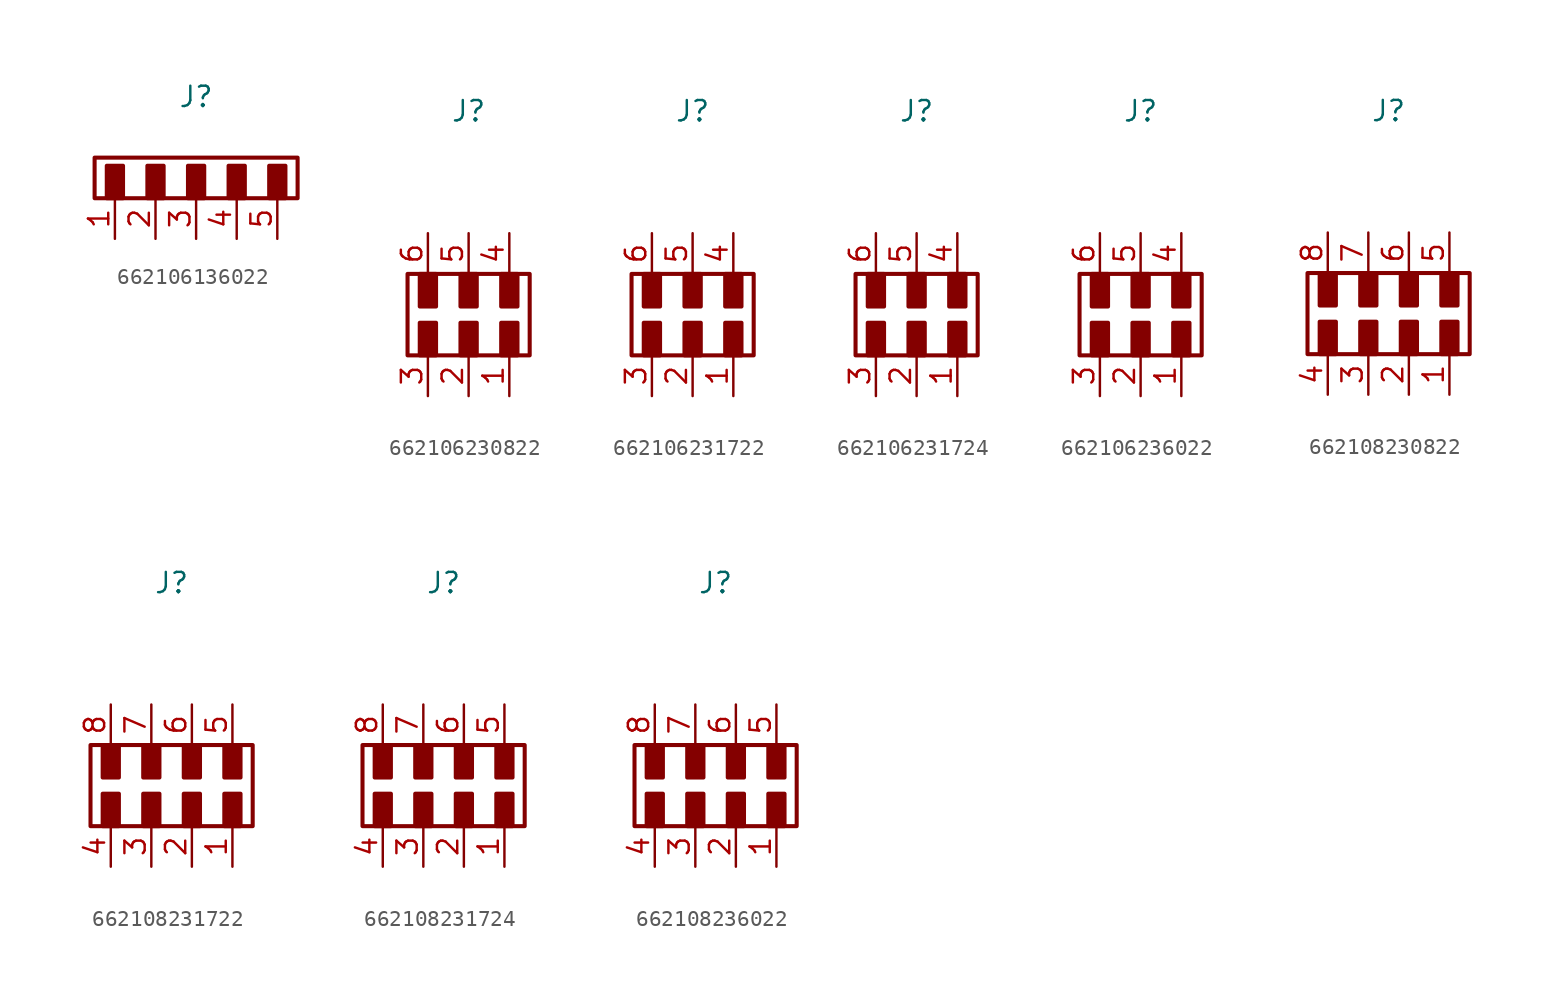
<source format=kicad_sym>
(kicad_symbol_lib
  (version 20241209)
  (generator "kicad_symbol_editor")
  (generator_version "9.0")
  (symbol "662106136022"
    (pin_names
      (hide yes))
    (property "Reference" "J"
      (at 0 5.08 0)
      (effects (font (size 1.27 1.27))))
    (symbol "662106136022_1_1"
      (rectangle (start -6.35 1.27) (end 6.35 -1.27) (stroke (width 0.254) (type solid)) (fill (type none)))
      (rectangle (start -5.588 0.762) (end -4.572 -1.27) (stroke (width 0.254) (type solid)) (fill (type outline)))
      (rectangle (start -2.032 -1.27) (end -3.048 0.762) (stroke (width 0.254) (type solid)) (fill (type outline)))
      (rectangle (start 0.508 -1.27) (end -0.508 0.762) (stroke (width 0.254) (type solid)) (fill (type outline)))
      (rectangle (start 3.048 -1.27) (end 2.032 0.762) (stroke (width 0.254) (type solid)) (fill (type outline)))
      (rectangle (start 5.588 -1.27) (end 4.572 0.762) (stroke (width 0.254) (type solid)) (fill (type outline)))
      (pin passive line (at -5.08 -3.81 90) (length 2.54) (name "1" (effects (font (size 1.27 1.27)))) (number "1" (effects (font (size 1.27 1.27)))))
      (pin passive line (at -2.54 -3.81 90) (length 2.54) (name "2" (effects (font (size 1.27 1.27)))) (number "2" (effects (font (size 1.27 1.27)))))
      (pin passive line (at 0 -3.81 90) (length 2.54) (name "3" (effects (font (size 1.27 1.27)))) (number "3" (effects (font (size 1.27 1.27)))))
      (pin passive line (at 2.54 -3.81 90) (length 2.54) (name "4" (effects (font (size 1.27 1.27)))) (number "4" (effects (font (size 1.27 1.27)))))
      (pin passive line (at 5.08 -3.81 90) (length 2.54) (name "5" (effects (font (size 1.27 1.27)))) (number "5" (effects (font (size 1.27 1.27)))))))
  (symbol "662106230822"
    (pin_names
      (hide yes))
    (property "Reference" "J"
      (at 0 12.7 0)
      (effects (font (size 1.27 1.27))))
    (symbol "662106230822_1_1"
      (rectangle (start -3.81 2.54) (end 3.81 -2.54) (stroke (width 0.254) (type solid)) (fill (type none)))
      (rectangle (start -3.048 2.54) (end -2.032 0.508) (stroke (width 0.254) (type solid)) (fill (type outline)))
      (rectangle (start -3.048 -0.508) (end -2.032 -2.54) (stroke (width 0.254) (type solid)) (fill (type outline)))
      (rectangle (start -0.508 2.54) (end 0.508 0.508) (stroke (width 0.254) (type solid)) (fill (type outline)))
      (rectangle (start -0.508 -0.508) (end 0.508 -2.54) (stroke (width 0.254) (type solid)) (fill (type outline)))
      (rectangle (start 2.032 2.54) (end 3.048 0.508) (stroke (width 0.254) (type solid)) (fill (type outline)))
      (rectangle (start 2.032 -0.508) (end 3.048 -2.54) (stroke (width 0.254) (type solid)) (fill (type outline)))
      (pin passive line (at -2.54 5.08 270) (length 2.54) (name "6" (effects (font (size 1.27 1.27)))) (number "6" (effects (font (size 1.27 1.27)))))
      (pin passive line (at -2.54 -5.08 90) (length 2.54) (name "3" (effects (font (size 1.27 1.27)))) (number "3" (effects (font (size 1.27 1.27)))))
      (pin passive line (at 0 5.08 270) (length 2.54) (name "5" (effects (font (size 1.27 1.27)))) (number "5" (effects (font (size 1.27 1.27)))))
      (pin passive line (at 0 -5.08 90) (length 2.54) (name "2" (effects (font (size 1.27 1.27)))) (number "2" (effects (font (size 1.27 1.27)))))
      (pin passive line (at 2.54 5.08 270) (length 2.54) (name "4" (effects (font (size 1.27 1.27)))) (number "4" (effects (font (size 1.27 1.27)))))
      (pin passive line (at 2.54 -5.08 90) (length 2.54) (name "1" (effects (font (size 1.27 1.27)))) (number "1" (effects (font (size 1.27 1.27)))))))
  (symbol "662106231722"
    (pin_names
      (hide yes))
    (property "Reference" "J"
      (at 0 12.7 0)
      (effects (font (size 1.27 1.27))))
    (symbol "662106231722_1_1"
      (rectangle (start -3.81 2.54) (end 3.81 -2.54) (stroke (width 0.254) (type solid)) (fill (type none)))
      (rectangle (start -3.048 2.54) (end -2.032 0.508) (stroke (width 0.254) (type solid)) (fill (type outline)))
      (rectangle (start -3.048 -0.508) (end -2.032 -2.54) (stroke (width 0.254) (type solid)) (fill (type outline)))
      (rectangle (start -0.508 2.54) (end 0.508 0.508) (stroke (width 0.254) (type solid)) (fill (type outline)))
      (rectangle (start -0.508 -0.508) (end 0.508 -2.54) (stroke (width 0.254) (type solid)) (fill (type outline)))
      (rectangle (start 2.032 2.54) (end 3.048 0.508) (stroke (width 0.254) (type solid)) (fill (type outline)))
      (rectangle (start 2.032 -0.508) (end 3.048 -2.54) (stroke (width 0.254) (type solid)) (fill (type outline)))
      (pin passive line (at -2.54 5.08 270) (length 2.54) (name "6" (effects (font (size 1.27 1.27)))) (number "6" (effects (font (size 1.27 1.27)))))
      (pin passive line (at -2.54 -5.08 90) (length 2.54) (name "3" (effects (font (size 1.27 1.27)))) (number "3" (effects (font (size 1.27 1.27)))))
      (pin passive line (at 0 5.08 270) (length 2.54) (name "5" (effects (font (size 1.27 1.27)))) (number "5" (effects (font (size 1.27 1.27)))))
      (pin passive line (at 0 -5.08 90) (length 2.54) (name "2" (effects (font (size 1.27 1.27)))) (number "2" (effects (font (size 1.27 1.27)))))
      (pin passive line (at 2.54 5.08 270) (length 2.54) (name "4" (effects (font (size 1.27 1.27)))) (number "4" (effects (font (size 1.27 1.27)))))
      (pin passive line (at 2.54 -5.08 90) (length 2.54) (name "1" (effects (font (size 1.27 1.27)))) (number "1" (effects (font (size 1.27 1.27)))))))
  (symbol "662106231724"
    (pin_names
      (hide yes))
    (property "Reference" "J"
      (at 0 12.7 0)
      (effects (font (size 1.27 1.27))))
    (symbol "662106231724_1_1"
      (rectangle (start -3.81 2.54) (end 3.81 -2.54) (stroke (width 0.254) (type solid)) (fill (type none)))
      (rectangle (start -3.048 2.54) (end -2.032 0.508) (stroke (width 0.254) (type solid)) (fill (type outline)))
      (rectangle (start -3.048 -0.508) (end -2.032 -2.54) (stroke (width 0.254) (type solid)) (fill (type outline)))
      (rectangle (start -0.508 2.54) (end 0.508 0.508) (stroke (width 0.254) (type solid)) (fill (type outline)))
      (rectangle (start -0.508 -0.508) (end 0.508 -2.54) (stroke (width 0.254) (type solid)) (fill (type outline)))
      (rectangle (start 2.032 2.54) (end 3.048 0.508) (stroke (width 0.254) (type solid)) (fill (type outline)))
      (rectangle (start 2.032 -0.508) (end 3.048 -2.54) (stroke (width 0.254) (type solid)) (fill (type outline)))
      (pin passive line (at -2.54 5.08 270) (length 2.54) (name "6" (effects (font (size 1.27 1.27)))) (number "6" (effects (font (size 1.27 1.27)))))
      (pin passive line (at -2.54 -5.08 90) (length 2.54) (name "3" (effects (font (size 1.27 1.27)))) (number "3" (effects (font (size 1.27 1.27)))))
      (pin passive line (at 0 5.08 270) (length 2.54) (name "5" (effects (font (size 1.27 1.27)))) (number "5" (effects (font (size 1.27 1.27)))))
      (pin passive line (at 0 -5.08 90) (length 2.54) (name "2" (effects (font (size 1.27 1.27)))) (number "2" (effects (font (size 1.27 1.27)))))
      (pin passive line (at 2.54 5.08 270) (length 2.54) (name "4" (effects (font (size 1.27 1.27)))) (number "4" (effects (font (size 1.27 1.27)))))
      (pin passive line (at 2.54 -5.08 90) (length 2.54) (name "1" (effects (font (size 1.27 1.27)))) (number "1" (effects (font (size 1.27 1.27)))))))
  (symbol "662106236022"
    (pin_names
      (hide yes))
    (property "Reference" "J"
      (at 0 12.7 0)
      (effects (font (size 1.27 1.27))))
    (symbol "662106236022_1_1"
      (rectangle (start -3.81 2.54) (end 3.81 -2.54) (stroke (width 0.254) (type solid)) (fill (type none)))
      (rectangle (start -3.048 2.54) (end -2.032 0.508) (stroke (width 0.254) (type solid)) (fill (type outline)))
      (rectangle (start -3.048 -0.508) (end -2.032 -2.54) (stroke (width 0.254) (type solid)) (fill (type outline)))
      (rectangle (start -0.508 2.54) (end 0.508 0.508) (stroke (width 0.254) (type solid)) (fill (type outline)))
      (rectangle (start -0.508 -0.508) (end 0.508 -2.54) (stroke (width 0.254) (type solid)) (fill (type outline)))
      (rectangle (start 2.032 2.54) (end 3.048 0.508) (stroke (width 0.254) (type solid)) (fill (type outline)))
      (rectangle (start 2.032 -0.508) (end 3.048 -2.54) (stroke (width 0.254) (type solid)) (fill (type outline)))
      (pin passive line (at -2.54 5.08 270) (length 2.54) (name "6" (effects (font (size 1.27 1.27)))) (number "6" (effects (font (size 1.27 1.27)))))
      (pin passive line (at -2.54 -5.08 90) (length 2.54) (name "3" (effects (font (size 1.27 1.27)))) (number "3" (effects (font (size 1.27 1.27)))))
      (pin passive line (at 0 5.08 270) (length 2.54) (name "5" (effects (font (size 1.27 1.27)))) (number "5" (effects (font (size 1.27 1.27)))))
      (pin passive line (at 0 -5.08 90) (length 2.54) (name "2" (effects (font (size 1.27 1.27)))) (number "2" (effects (font (size 1.27 1.27)))))
      (pin passive line (at 2.54 5.08 270) (length 2.54) (name "4" (effects (font (size 1.27 1.27)))) (number "4" (effects (font (size 1.27 1.27)))))
      (pin passive line (at 2.54 -5.08 90) (length 2.54) (name "1" (effects (font (size 1.27 1.27)))) (number "1" (effects (font (size 1.27 1.27)))))))
  (symbol "662108230822"
    (pin_names
      (hide yes))
    (property "Reference" "J"
      (at 0 12.7 0)
      (effects (font (size 1.27 1.27))))
    (symbol "662108230822_1_1"
      (rectangle (start -5.08 2.54) (end 5.08 -2.54) (stroke (width 0.254) (type solid)) (fill (type none)))
      (rectangle (start -4.318 2.54) (end -3.302 0.508) (stroke (width 0.254) (type solid)) (fill (type outline)))
      (rectangle (start -4.318 -0.508) (end -3.302 -2.54) (stroke (width 0.254) (type solid)) (fill (type outline)))
      (rectangle (start -1.778 2.54) (end -0.762 0.508) (stroke (width 0.254) (type solid)) (fill (type outline)))
      (rectangle (start -1.778 -0.508) (end -0.762 -2.54) (stroke (width 0.254) (type solid)) (fill (type outline)))
      (rectangle (start 0.762 2.54) (end 1.778 0.508) (stroke (width 0.254) (type solid)) (fill (type outline)))
      (rectangle (start 0.762 -0.508) (end 1.778 -2.54) (stroke (width 0.254) (type solid)) (fill (type outline)))
      (rectangle (start 3.302 2.54) (end 4.318 0.508) (stroke (width 0.254) (type solid)) (fill (type outline)))
      (rectangle (start 3.302 -0.508) (end 4.318 -2.54) (stroke (width 0.254) (type solid)) (fill (type outline)))
      (pin passive line (at -3.81 5.08 270) (length 2.54) (name "8" (effects (font (size 1.27 1.27)))) (number "8" (effects (font (size 1.27 1.27)))))
      (pin passive line (at -3.81 -5.08 90) (length 2.54) (name "4" (effects (font (size 1.27 1.27)))) (number "4" (effects (font (size 1.27 1.27)))))
      (pin passive line (at -1.27 5.08 270) (length 2.54) (name "7" (effects (font (size 1.27 1.27)))) (number "7" (effects (font (size 1.27 1.27)))))
      (pin passive line (at -1.27 -5.08 90) (length 2.54) (name "3" (effects (font (size 1.27 1.27)))) (number "3" (effects (font (size 1.27 1.27)))))
      (pin passive line (at 1.27 5.08 270) (length 2.54) (name "6" (effects (font (size 1.27 1.27)))) (number "6" (effects (font (size 1.27 1.27)))))
      (pin passive line (at 1.27 -5.08 90) (length 2.54) (name "2" (effects (font (size 1.27 1.27)))) (number "2" (effects (font (size 1.27 1.27)))))
      (pin passive line (at 3.81 5.08 270) (length 2.54) (name "5" (effects (font (size 1.27 1.27)))) (number "5" (effects (font (size 1.27 1.27)))))
      (pin passive line (at 3.81 -5.08 90) (length 2.54) (name "1" (effects (font (size 1.27 1.27)))) (number "1" (effects (font (size 1.27 1.27)))))))
  (symbol "662108231722"
    (pin_names
      (hide yes))
    (property "Reference" "J"
      (at 0 12.7 0)
      (effects (font (size 1.27 1.27))))
    (symbol "662108231722_1_1"
      (rectangle (start -5.08 2.54) (end 5.08 -2.54) (stroke (width 0.254) (type solid)) (fill (type none)))
      (rectangle (start -4.318 2.54) (end -3.302 0.508) (stroke (width 0.254) (type solid)) (fill (type outline)))
      (rectangle (start -4.318 -0.508) (end -3.302 -2.54) (stroke (width 0.254) (type solid)) (fill (type outline)))
      (rectangle (start -1.778 2.54) (end -0.762 0.508) (stroke (width 0.254) (type solid)) (fill (type outline)))
      (rectangle (start -1.778 -0.508) (end -0.762 -2.54) (stroke (width 0.254) (type solid)) (fill (type outline)))
      (rectangle (start 0.762 2.54) (end 1.778 0.508) (stroke (width 0.254) (type solid)) (fill (type outline)))
      (rectangle (start 0.762 -0.508) (end 1.778 -2.54) (stroke (width 0.254) (type solid)) (fill (type outline)))
      (rectangle (start 3.302 2.54) (end 4.318 0.508) (stroke (width 0.254) (type solid)) (fill (type outline)))
      (rectangle (start 3.302 -0.508) (end 4.318 -2.54) (stroke (width 0.254) (type solid)) (fill (type outline)))
      (pin passive line (at -3.81 5.08 270) (length 2.54) (name "8" (effects (font (size 1.27 1.27)))) (number "8" (effects (font (size 1.27 1.27)))))
      (pin passive line (at -3.81 -5.08 90) (length 2.54) (name "4" (effects (font (size 1.27 1.27)))) (number "4" (effects (font (size 1.27 1.27)))))
      (pin passive line (at -1.27 5.08 270) (length 2.54) (name "7" (effects (font (size 1.27 1.27)))) (number "7" (effects (font (size 1.27 1.27)))))
      (pin passive line (at -1.27 -5.08 90) (length 2.54) (name "3" (effects (font (size 1.27 1.27)))) (number "3" (effects (font (size 1.27 1.27)))))
      (pin passive line (at 1.27 5.08 270) (length 2.54) (name "6" (effects (font (size 1.27 1.27)))) (number "6" (effects (font (size 1.27 1.27)))))
      (pin passive line (at 1.27 -5.08 90) (length 2.54) (name "2" (effects (font (size 1.27 1.27)))) (number "2" (effects (font (size 1.27 1.27)))))
      (pin passive line (at 3.81 5.08 270) (length 2.54) (name "5" (effects (font (size 1.27 1.27)))) (number "5" (effects (font (size 1.27 1.27)))))
      (pin passive line (at 3.81 -5.08 90) (length 2.54) (name "1" (effects (font (size 1.27 1.27)))) (number "1" (effects (font (size 1.27 1.27)))))))
  (symbol "662108231724"
    (pin_names
      (hide yes))
    (property "Reference" "J"
      (at 0 12.7 0)
      (effects (font (size 1.27 1.27))))
    (symbol "662108231724_1_1"
      (rectangle (start -5.08 2.54) (end 5.08 -2.54) (stroke (width 0.254) (type solid)) (fill (type none)))
      (rectangle (start -4.318 2.54) (end -3.302 0.508) (stroke (width 0.254) (type solid)) (fill (type outline)))
      (rectangle (start -4.318 -0.508) (end -3.302 -2.54) (stroke (width 0.254) (type solid)) (fill (type outline)))
      (rectangle (start -1.778 2.54) (end -0.762 0.508) (stroke (width 0.254) (type solid)) (fill (type outline)))
      (rectangle (start -1.778 -0.508) (end -0.762 -2.54) (stroke (width 0.254) (type solid)) (fill (type outline)))
      (rectangle (start 0.762 2.54) (end 1.778 0.508) (stroke (width 0.254) (type solid)) (fill (type outline)))
      (rectangle (start 0.762 -0.508) (end 1.778 -2.54) (stroke (width 0.254) (type solid)) (fill (type outline)))
      (rectangle (start 3.302 2.54) (end 4.318 0.508) (stroke (width 0.254) (type solid)) (fill (type outline)))
      (rectangle (start 3.302 -0.508) (end 4.318 -2.54) (stroke (width 0.254) (type solid)) (fill (type outline)))
      (pin passive line (at -3.81 5.08 270) (length 2.54) (name "8" (effects (font (size 1.27 1.27)))) (number "8" (effects (font (size 1.27 1.27)))))
      (pin passive line (at -3.81 -5.08 90) (length 2.54) (name "4" (effects (font (size 1.27 1.27)))) (number "4" (effects (font (size 1.27 1.27)))))
      (pin passive line (at -1.27 5.08 270) (length 2.54) (name "7" (effects (font (size 1.27 1.27)))) (number "7" (effects (font (size 1.27 1.27)))))
      (pin passive line (at -1.27 -5.08 90) (length 2.54) (name "3" (effects (font (size 1.27 1.27)))) (number "3" (effects (font (size 1.27 1.27)))))
      (pin passive line (at 1.27 5.08 270) (length 2.54) (name "6" (effects (font (size 1.27 1.27)))) (number "6" (effects (font (size 1.27 1.27)))))
      (pin passive line (at 1.27 -5.08 90) (length 2.54) (name "2" (effects (font (size 1.27 1.27)))) (number "2" (effects (font (size 1.27 1.27)))))
      (pin passive line (at 3.81 5.08 270) (length 2.54) (name "5" (effects (font (size 1.27 1.27)))) (number "5" (effects (font (size 1.27 1.27)))))
      (pin passive line (at 3.81 -5.08 90) (length 2.54) (name "1" (effects (font (size 1.27 1.27)))) (number "1" (effects (font (size 1.27 1.27)))))))
  (symbol "662108236022"
    (pin_names
      (hide yes))
    (property "Reference" "J"
      (at 0 12.7 0)
      (effects (font (size 1.27 1.27))))
    (symbol "662108236022_1_1"
      (rectangle (start -5.08 2.54) (end 5.08 -2.54) (stroke (width 0.254) (type solid)) (fill (type none)))
      (rectangle (start -4.318 2.54) (end -3.302 0.508) (stroke (width 0.254) (type solid)) (fill (type outline)))
      (rectangle (start -4.318 -0.508) (end -3.302 -2.54) (stroke (width 0.254) (type solid)) (fill (type outline)))
      (rectangle (start -1.778 2.54) (end -0.762 0.508) (stroke (width 0.254) (type solid)) (fill (type outline)))
      (rectangle (start -1.778 -0.508) (end -0.762 -2.54) (stroke (width 0.254) (type solid)) (fill (type outline)))
      (rectangle (start 0.762 2.54) (end 1.778 0.508) (stroke (width 0.254) (type solid)) (fill (type outline)))
      (rectangle (start 0.762 -0.508) (end 1.778 -2.54) (stroke (width 0.254) (type solid)) (fill (type outline)))
      (rectangle (start 3.302 2.54) (end 4.318 0.508) (stroke (width 0.254) (type solid)) (fill (type outline)))
      (rectangle (start 3.302 -0.508) (end 4.318 -2.54) (stroke (width 0.254) (type solid)) (fill (type outline)))
      (pin passive line (at -3.81 5.08 270) (length 2.54) (name "8" (effects (font (size 1.27 1.27)))) (number "8" (effects (font (size 1.27 1.27)))))
      (pin passive line (at -3.81 -5.08 90) (length 2.54) (name "4" (effects (font (size 1.27 1.27)))) (number "4" (effects (font (size 1.27 1.27)))))
      (pin passive line (at -1.27 5.08 270) (length 2.54) (name "7" (effects (font (size 1.27 1.27)))) (number "7" (effects (font (size 1.27 1.27)))))
      (pin passive line (at -1.27 -5.08 90) (length 2.54) (name "3" (effects (font (size 1.27 1.27)))) (number "3" (effects (font (size 1.27 1.27)))))
      (pin passive line (at 1.27 5.08 270) (length 2.54) (name "6" (effects (font (size 1.27 1.27)))) (number "6" (effects (font (size 1.27 1.27)))))
      (pin passive line (at 1.27 -5.08 90) (length 2.54) (name "2" (effects (font (size 1.27 1.27)))) (number "2" (effects (font (size 1.27 1.27)))))
      (pin passive line (at 3.81 5.08 270) (length 2.54) (name "5" (effects (font (size 1.27 1.27)))) (number "5" (effects (font (size 1.27 1.27)))))
      (pin passive line (at 3.81 -5.08 90) (length 2.54) (name "1" (effects (font (size 1.27 1.27)))) (number "1" (effects (font (size 1.27 1.27))))))))
</source>
